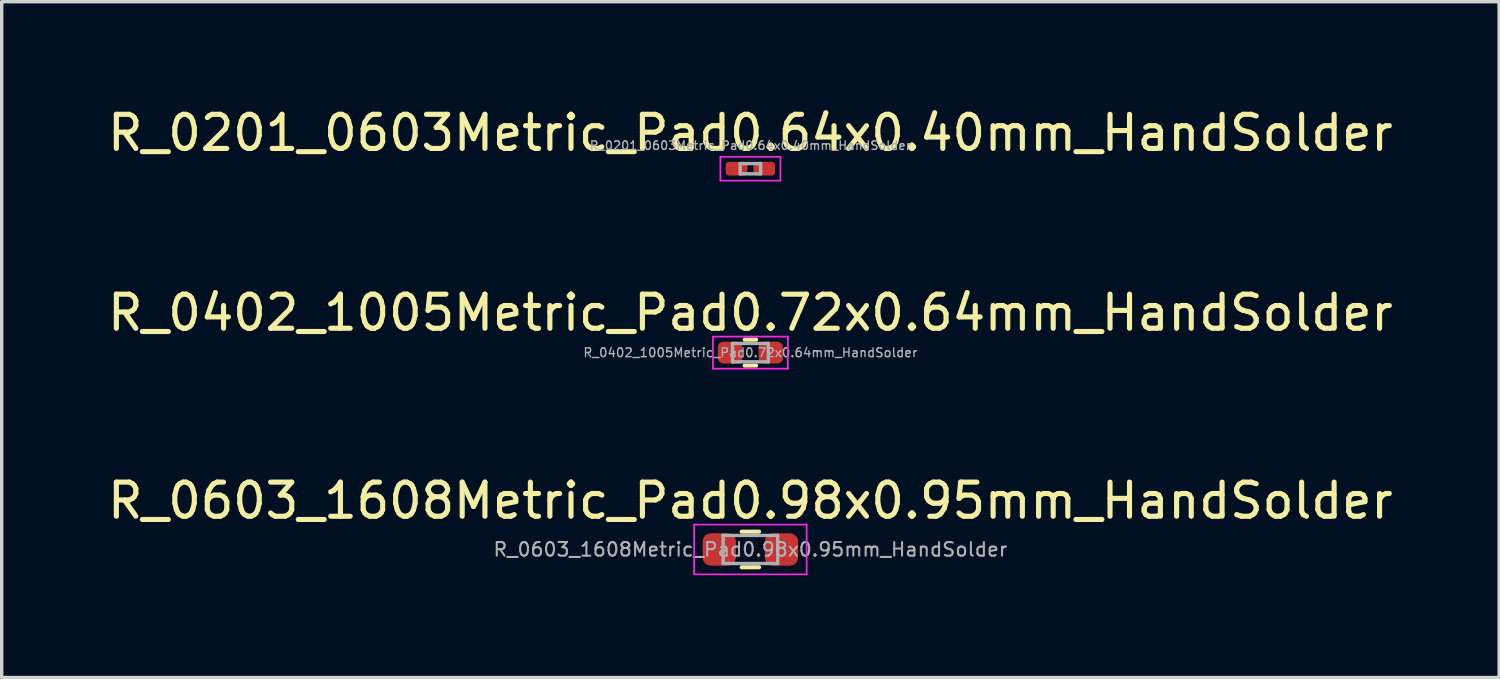
<source format=kicad_pcb>
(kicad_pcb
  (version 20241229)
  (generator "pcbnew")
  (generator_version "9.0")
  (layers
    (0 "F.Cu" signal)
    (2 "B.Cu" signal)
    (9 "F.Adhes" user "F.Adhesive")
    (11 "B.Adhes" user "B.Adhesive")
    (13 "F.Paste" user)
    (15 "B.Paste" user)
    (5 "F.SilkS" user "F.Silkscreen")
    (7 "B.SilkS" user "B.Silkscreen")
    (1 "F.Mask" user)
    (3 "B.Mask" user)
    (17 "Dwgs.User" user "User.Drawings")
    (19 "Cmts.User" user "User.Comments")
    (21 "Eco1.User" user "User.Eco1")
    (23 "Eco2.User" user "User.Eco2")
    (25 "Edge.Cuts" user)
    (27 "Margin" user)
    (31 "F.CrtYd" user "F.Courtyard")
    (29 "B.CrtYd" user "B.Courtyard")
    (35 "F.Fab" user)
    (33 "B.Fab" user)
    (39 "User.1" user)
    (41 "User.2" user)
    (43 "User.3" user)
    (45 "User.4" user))
  (footprint "R_0402_1005Metric_Pad0.72x0.64mm_HandSolder"
    (layer "F.Cu")
    (at 18.958 7.292)
    (property "Reference" "R_0402_1005Metric_Pad0.72x0.64mm_HandSolder" (at 0 -1.17 0) (layer "F.SilkS") (effects (font (size 1 1) (thickness 0.15))))
    (attr smd)
    (fp_line (start -0.168 -0.38) (end 0.168 -0.38) (stroke (width 0.12) (type solid)) (layer "F.SilkS"))
    (fp_line (start -0.168 0.38) (end 0.168 0.38) (stroke (width 0.12) (type solid)) (layer "F.SilkS"))
    (fp_line (start -1.1 -0.47) (end 1.1 -0.47) (stroke (width 0.05) (type solid)) (layer "F.CrtYd"))
    (fp_line (start -1.1 0.47) (end -1.1 -0.47) (stroke (width 0.05) (type solid)) (layer "F.CrtYd"))
    (fp_line (start 1.1 -0.47) (end 1.1 0.47) (stroke (width 0.05) (type solid)) (layer "F.CrtYd"))
    (fp_line (start 1.1 0.47) (end -1.1 0.47) (stroke (width 0.05) (type solid)) (layer "F.CrtYd"))
    (fp_line (start -0.525 -0.27) (end 0.525 -0.27) (stroke (width 0.1) (type solid)) (layer "F.Fab"))
    (fp_line (start -0.525 0.27) (end -0.525 -0.27) (stroke (width 0.1) (type solid)) (layer "F.Fab"))
    (fp_line (start 0.525 -0.27) (end 0.525 0.27) (stroke (width 0.1) (type solid)) (layer "F.Fab"))
    (fp_line (start 0.525 0.27) (end -0.525 0.27) (stroke (width 0.1) (type solid)) (layer "F.Fab"))
    (fp_text user "${REFERENCE}" (at 0 0 0) (layer "F.Fab") (effects (font (size 0.26 0.26) (thickness 0.04))))
    (pad "1" smd roundrect (at -0.598 0) (size 0.715 0.64) (layers "F.Cu" "F.Mask" "F.Paste") (roundrect_rratio 0.25))
    (pad "2" smd roundrect (at 0.598 0) (size 0.715 0.64) (layers "F.Cu" "F.Mask" "F.Paste") (roundrect_rratio 0.25)))
  (footprint "R_0201_0603Metric_Pad0.64x0.40mm_HandSolder"
    (layer "F.Cu")
    (at 18.958 1.898)
    (property "Reference" "R_0201_0603Metric_Pad0.64x0.40mm_HandSolder" (at 0 -1.05 0) (layer "F.SilkS") (effects (font (size 1 1) (thickness 0.15))))
    (attr smd)
    (fp_line (start -0.88 -0.35) (end 0.88 -0.35) (stroke (width 0.05) (type solid)) (layer "F.CrtYd"))
    (fp_line (start -0.88 0.35) (end -0.88 -0.35) (stroke (width 0.05) (type solid)) (layer "F.CrtYd"))
    (fp_line (start 0.88 -0.35) (end 0.88 0.35) (stroke (width 0.05) (type solid)) (layer "F.CrtYd"))
    (fp_line (start 0.88 0.35) (end -0.88 0.35) (stroke (width 0.05) (type solid)) (layer "F.CrtYd"))
    (fp_line (start -0.3 -0.15) (end 0.3 -0.15) (stroke (width 0.1) (type solid)) (layer "F.Fab"))
    (fp_line (start -0.3 0.15) (end -0.3 -0.15) (stroke (width 0.1) (type solid)) (layer "F.Fab"))
    (fp_line (start 0.3 -0.15) (end 0.3 0.15) (stroke (width 0.1) (type solid)) (layer "F.Fab"))
    (fp_line (start 0.3 0.15) (end -0.3 0.15) (stroke (width 0.1) (type solid)) (layer "F.Fab"))
    (fp_text user "${REFERENCE}" (at 0 -0.68 0) (layer "F.Fab") (effects (font (size 0.25 0.25) (thickness 0.04))))
    (pad "" smd roundrect (at -0.432 0) (size 0.458 0.36) (layers "F.Paste") (roundrect_rratio 0.25))
    (pad "" smd roundrect (at 0.432 0) (size 0.458 0.36) (layers "F.Paste") (roundrect_rratio 0.25))
    (pad "1" smd roundrect (at -0.407 0) (size 0.635 0.4) (layers "F.Cu" "F.Mask") (roundrect_rratio 0.25))
    (pad "2" smd roundrect (at 0.407 0) (size 0.635 0.4) (layers "F.Cu" "F.Mask") (roundrect_rratio 0.25)))
  (footprint "R_0603_1608Metric_Pad0.98x0.95mm_HandSolder"
    (layer "F.Cu")
    (at 18.958 13.065)
    (property "Reference" "R_0603_1608Metric_Pad0.98x0.95mm_HandSolder" (at 0 -1.43 0) (layer "F.SilkS") (effects (font (size 1 1) (thickness 0.15))))
    (attr smd)
    (fp_line (start -0.255 -0.522) (end 0.255 -0.522) (stroke (width 0.12) (type solid)) (layer "F.SilkS"))
    (fp_line (start -0.255 0.522) (end 0.255 0.522) (stroke (width 0.12) (type solid)) (layer "F.SilkS"))
    (fp_line (start -1.65 -0.73) (end 1.65 -0.73) (stroke (width 0.05) (type solid)) (layer "F.CrtYd"))
    (fp_line (start -1.65 0.73) (end -1.65 -0.73) (stroke (width 0.05) (type solid)) (layer "F.CrtYd"))
    (fp_line (start 1.65 -0.73) (end 1.65 0.73) (stroke (width 0.05) (type solid)) (layer "F.CrtYd"))
    (fp_line (start 1.65 0.73) (end -1.65 0.73) (stroke (width 0.05) (type solid)) (layer "F.CrtYd"))
    (fp_line (start -0.8 -0.412) (end 0.8 -0.412) (stroke (width 0.1) (type solid)) (layer "F.Fab"))
    (fp_line (start -0.8 0.412) (end -0.8 -0.412) (stroke (width 0.1) (type solid)) (layer "F.Fab"))
    (fp_line (start 0.8 -0.412) (end 0.8 0.412) (stroke (width 0.1) (type solid)) (layer "F.Fab"))
    (fp_line (start 0.8 0.412) (end -0.8 0.412) (stroke (width 0.1) (type solid)) (layer "F.Fab"))
    (fp_text user "${REFERENCE}" (at 0 0 0) (layer "F.Fab") (effects (font (size 0.4 0.4) (thickness 0.06))))
    (pad "1" smd roundrect (at -0.912 0) (size 0.975 0.95) (layers "F.Cu" "F.Mask" "F.Paste") (roundrect_rratio 0.25))
    (pad "2" smd roundrect (at 0.912 0) (size 0.975 0.95) (layers "F.Cu" "F.Mask" "F.Paste") (roundrect_rratio 0.25)))
  (gr_rect
    (start -3 -3)
    (end 40.917 16.82)
    (stroke (width 0.1) (type default))
    (fill no)
    (layer "Edge.Cuts")))
</source>
